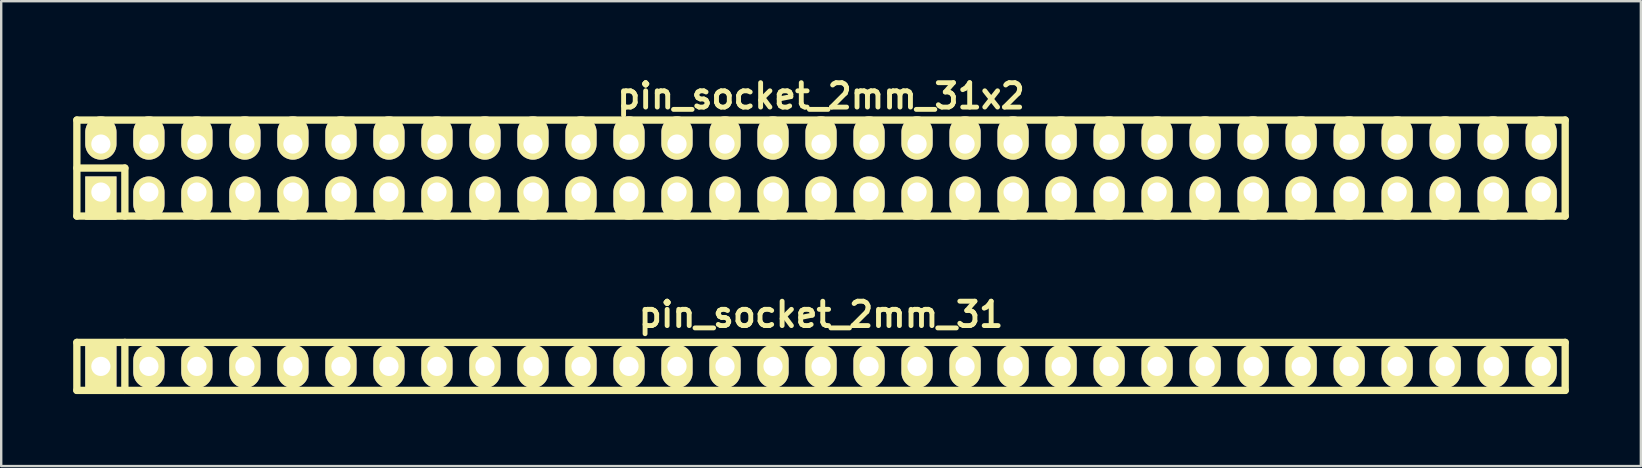
<source format=kicad_pcb>
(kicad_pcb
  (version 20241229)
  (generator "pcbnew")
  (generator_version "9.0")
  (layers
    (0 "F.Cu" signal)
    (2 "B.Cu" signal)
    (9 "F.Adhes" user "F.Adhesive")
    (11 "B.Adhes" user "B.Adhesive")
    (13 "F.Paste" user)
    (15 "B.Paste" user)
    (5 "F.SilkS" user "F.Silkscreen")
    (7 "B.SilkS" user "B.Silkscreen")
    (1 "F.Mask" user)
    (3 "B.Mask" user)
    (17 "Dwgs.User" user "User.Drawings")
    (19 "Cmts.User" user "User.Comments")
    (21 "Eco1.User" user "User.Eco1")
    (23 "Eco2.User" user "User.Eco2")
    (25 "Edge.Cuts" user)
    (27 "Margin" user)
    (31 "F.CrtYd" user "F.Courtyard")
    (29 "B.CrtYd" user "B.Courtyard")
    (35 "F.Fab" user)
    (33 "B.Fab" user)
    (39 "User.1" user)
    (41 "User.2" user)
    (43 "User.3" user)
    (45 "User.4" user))
  (footprint "pin_socket_2mm_31x2"
    (layer "F.Cu")
    (at 31.152 3.951)
    (property "Reference" "pin_socket_2mm_31x2" (at 0 -3 0) (layer "F.SilkS") (effects (font (size 1.016 1.016) (thickness 0.203))))
    (attr through_hole)
    (fp_line (start -31 -2) (end 31 -2) (stroke (width 0.305) (type solid)) (layer "F.SilkS"))
    (fp_line (start -31 0) (end -29 0) (stroke (width 0.305) (type solid)) (layer "F.SilkS"))
    (fp_line (start -31 2) (end -31 -2) (stroke (width 0.305) (type solid)) (layer "F.SilkS"))
    (fp_line (start -29 0) (end -29 2) (stroke (width 0.305) (type solid)) (layer "F.SilkS"))
    (fp_line (start 31 -2) (end 31 2) (stroke (width 0.305) (type solid)) (layer "F.SilkS"))
    (fp_line (start 31 2) (end -31 2) (stroke (width 0.305) (type solid)) (layer "F.SilkS"))
    (pad "1" thru_hole rect (at -30 1) (size 1.3 1.8) (drill 0.8 (offset 0 0.25)) (layers "*.Cu" "*.Mask" "F.SilkS"))
    (pad "2" thru_hole oval (at -30 -1) (size 1.3 1.8) (drill 0.8 (offset 0 -0.25)) (layers "*.Cu" "*.Mask" "F.SilkS"))
    (pad "3" thru_hole oval (at -28 1) (size 1.3 1.8) (drill 0.8 (offset 0 0.25)) (layers "*.Cu" "*.Mask" "F.SilkS"))
    (pad "4" thru_hole oval (at -28 -1) (size 1.3 1.8) (drill 0.8 (offset 0 -0.25)) (layers "*.Cu" "*.Mask" "F.SilkS"))
    (pad "5" thru_hole oval (at -26 1) (size 1.3 1.8) (drill 0.8 (offset 0 0.25)) (layers "*.Cu" "*.Mask" "F.SilkS"))
    (pad "6" thru_hole oval (at -26 -1) (size 1.3 1.8) (drill 0.8 (offset 0 -0.25)) (layers "*.Cu" "*.Mask" "F.SilkS"))
    (pad "7" thru_hole oval (at -24 1) (size 1.3 1.8) (drill 0.8 (offset 0 0.25)) (layers "*.Cu" "*.Mask" "F.SilkS"))
    (pad "8" thru_hole oval (at -24 -1) (size 1.3 1.8) (drill 0.8 (offset 0 -0.25)) (layers "*.Cu" "*.Mask" "F.SilkS"))
    (pad "9" thru_hole oval (at -22 1) (size 1.3 1.8) (drill 0.8 (offset 0 0.25)) (layers "*.Cu" "*.Mask" "F.SilkS"))
    (pad "10" thru_hole oval (at -22 -1) (size 1.3 1.8) (drill 0.8 (offset 0 -0.25)) (layers "*.Cu" "*.Mask" "F.SilkS"))
    (pad "11" thru_hole oval (at -20 1) (size 1.3 1.8) (drill 0.8 (offset 0 0.25)) (layers "*.Cu" "*.Mask" "F.SilkS"))
    (pad "12" thru_hole oval (at -20 -1) (size 1.3 1.8) (drill 0.8 (offset 0 -0.25)) (layers "*.Cu" "*.Mask" "F.SilkS"))
    (pad "13" thru_hole oval (at -18 1) (size 1.3 1.8) (drill 0.8 (offset 0 0.25)) (layers "*.Cu" "*.Mask" "F.SilkS"))
    (pad "14" thru_hole oval (at -18 -1) (size 1.3 1.8) (drill 0.8 (offset 0 -0.25)) (layers "*.Cu" "*.Mask" "F.SilkS"))
    (pad "15" thru_hole oval (at -16 1) (size 1.3 1.8) (drill 0.8 (offset 0 0.25)) (layers "*.Cu" "*.Mask" "F.SilkS"))
    (pad "16" thru_hole oval (at -16 -1) (size 1.3 1.8) (drill 0.8 (offset 0 -0.25)) (layers "*.Cu" "*.Mask" "F.SilkS"))
    (pad "17" thru_hole oval (at -14 1) (size 1.3 1.8) (drill 0.8 (offset 0 0.25)) (layers "*.Cu" "*.Mask" "F.SilkS"))
    (pad "18" thru_hole oval (at -14 -1) (size 1.3 1.8) (drill 0.8 (offset 0 -0.25)) (layers "*.Cu" "*.Mask" "F.SilkS"))
    (pad "19" thru_hole oval (at -12 1) (size 1.3 1.8) (drill 0.8 (offset 0 0.25)) (layers "*.Cu" "*.Mask" "F.SilkS"))
    (pad "20" thru_hole oval (at -12 -1) (size 1.3 1.8) (drill 0.8 (offset 0 -0.25)) (layers "*.Cu" "*.Mask" "F.SilkS"))
    (pad "21" thru_hole oval (at -10 1) (size 1.3 1.8) (drill 0.8 (offset 0 0.25)) (layers "*.Cu" "*.Mask" "F.SilkS"))
    (pad "22" thru_hole oval (at -10 -1) (size 1.3 1.8) (drill 0.8 (offset 0 -0.25)) (layers "*.Cu" "*.Mask" "F.SilkS"))
    (pad "23" thru_hole oval (at -8 1) (size 1.3 1.8) (drill 0.8 (offset 0 0.25)) (layers "*.Cu" "*.Mask" "F.SilkS"))
    (pad "24" thru_hole oval (at -8 -1) (size 1.3 1.8) (drill 0.8 (offset 0 -0.25)) (layers "*.Cu" "*.Mask" "F.SilkS"))
    (pad "25" thru_hole oval (at -6 1) (size 1.3 1.8) (drill 0.8 (offset 0 0.25)) (layers "*.Cu" "*.Mask" "F.SilkS"))
    (pad "26" thru_hole oval (at -6 -1) (size 1.3 1.8) (drill 0.8 (offset 0 -0.25)) (layers "*.Cu" "*.Mask" "F.SilkS"))
    (pad "27" thru_hole oval (at -4 1) (size 1.3 1.8) (drill 0.8 (offset 0 0.25)) (layers "*.Cu" "*.Mask" "F.SilkS"))
    (pad "28" thru_hole oval (at -4 -1) (size 1.3 1.8) (drill 0.8 (offset 0 -0.25)) (layers "*.Cu" "*.Mask" "F.SilkS"))
    (pad "29" thru_hole oval (at -2 1) (size 1.3 1.8) (drill 0.8 (offset 0 0.25)) (layers "*.Cu" "*.Mask" "F.SilkS"))
    (pad "30" thru_hole oval (at -2 -1) (size 1.3 1.8) (drill 0.8 (offset 0 -0.25)) (layers "*.Cu" "*.Mask" "F.SilkS"))
    (pad "31" thru_hole oval (at 0 1) (size 1.3 1.8) (drill 0.8 (offset 0 0.25)) (layers "*.Cu" "*.Mask" "F.SilkS"))
    (pad "32" thru_hole oval (at 0 -1) (size 1.3 1.8) (drill 0.8 (offset 0 -0.25)) (layers "*.Cu" "*.Mask" "F.SilkS"))
    (pad "33" thru_hole oval (at 2 1) (size 1.3 1.8) (drill 0.8 (offset 0 0.25)) (layers "*.Cu" "*.Mask" "F.SilkS"))
    (pad "34" thru_hole oval (at 2 -1) (size 1.3 1.8) (drill 0.8 (offset 0 -0.25)) (layers "*.Cu" "*.Mask" "F.SilkS"))
    (pad "35" thru_hole oval (at 4 1) (size 1.3 1.8) (drill 0.8 (offset 0 0.25)) (layers "*.Cu" "*.Mask" "F.SilkS"))
    (pad "36" thru_hole oval (at 4 -1) (size 1.3 1.8) (drill 0.8 (offset 0 -0.25)) (layers "*.Cu" "*.Mask" "F.SilkS"))
    (pad "37" thru_hole oval (at 6 1) (size 1.3 1.8) (drill 0.8 (offset 0 0.25)) (layers "*.Cu" "*.Mask" "F.SilkS"))
    (pad "38" thru_hole oval (at 6 -1) (size 1.3 1.8) (drill 0.8 (offset 0 -0.25)) (layers "*.Cu" "*.Mask" "F.SilkS"))
    (pad "39" thru_hole oval (at 8 1) (size 1.3 1.8) (drill 0.8 (offset 0 0.25)) (layers "*.Cu" "*.Mask" "F.SilkS"))
    (pad "40" thru_hole oval (at 8 -1) (size 1.3 1.8) (drill 0.8 (offset 0 -0.25)) (layers "*.Cu" "*.Mask" "F.SilkS"))
    (pad "41" thru_hole oval (at 10 1) (size 1.3 1.8) (drill 0.8 (offset 0 0.25)) (layers "*.Cu" "*.Mask" "F.SilkS"))
    (pad "42" thru_hole oval (at 10 -1) (size 1.3 1.8) (drill 0.8 (offset 0 -0.25)) (layers "*.Cu" "*.Mask" "F.SilkS"))
    (pad "43" thru_hole oval (at 12 1) (size 1.3 1.8) (drill 0.8 (offset 0 0.25)) (layers "*.Cu" "*.Mask" "F.SilkS"))
    (pad "44" thru_hole oval (at 12 -1) (size 1.3 1.8) (drill 0.8 (offset 0 -0.25)) (layers "*.Cu" "*.Mask" "F.SilkS"))
    (pad "45" thru_hole oval (at 14 1) (size 1.3 1.8) (drill 0.8 (offset 0 0.25)) (layers "*.Cu" "*.Mask" "F.SilkS"))
    (pad "46" thru_hole oval (at 14 -1) (size 1.3 1.8) (drill 0.8 (offset 0 -0.25)) (layers "*.Cu" "*.Mask" "F.SilkS"))
    (pad "47" thru_hole oval (at 16 1) (size 1.3 1.8) (drill 0.8 (offset 0 0.25)) (layers "*.Cu" "*.Mask" "F.SilkS"))
    (pad "48" thru_hole oval (at 16 -1) (size 1.3 1.8) (drill 0.8 (offset 0 -0.25)) (layers "*.Cu" "*.Mask" "F.SilkS"))
    (pad "49" thru_hole oval (at 18 1) (size 1.3 1.8) (drill 0.8 (offset 0 0.25)) (layers "*.Cu" "*.Mask" "F.SilkS"))
    (pad "50" thru_hole oval (at 18 -1) (size 1.3 1.8) (drill 0.8 (offset 0 -0.25)) (layers "*.Cu" "*.Mask" "F.SilkS"))
    (pad "51" thru_hole oval (at 20 1) (size 1.3 1.8) (drill 0.8 (offset 0 0.25)) (layers "*.Cu" "*.Mask" "F.SilkS"))
    (pad "52" thru_hole oval (at 20 -1) (size 1.3 1.8) (drill 0.8 (offset 0 -0.25)) (layers "*.Cu" "*.Mask" "F.SilkS"))
    (pad "53" thru_hole oval (at 22 1) (size 1.3 1.8) (drill 0.8 (offset 0 0.25)) (layers "*.Cu" "*.Mask" "F.SilkS"))
    (pad "54" thru_hole oval (at 22 -1) (size 1.3 1.8) (drill 0.8 (offset 0 -0.25)) (layers "*.Cu" "*.Mask" "F.SilkS"))
    (pad "55" thru_hole oval (at 24 1) (size 1.3 1.8) (drill 0.8 (offset 0 0.25)) (layers "*.Cu" "*.Mask" "F.SilkS"))
    (pad "56" thru_hole oval (at 24 -1) (size 1.3 1.8) (drill 0.8 (offset 0 -0.25)) (layers "*.Cu" "*.Mask" "F.SilkS"))
    (pad "57" thru_hole oval (at 26 1) (size 1.3 1.8) (drill 0.8 (offset 0 0.25)) (layers "*.Cu" "*.Mask" "F.SilkS"))
    (pad "58" thru_hole oval (at 26 -1) (size 1.3 1.8) (drill 0.8 (offset 0 -0.25)) (layers "*.Cu" "*.Mask" "F.SilkS"))
    (pad "59" thru_hole oval (at 28 1) (size 1.3 1.8) (drill 0.8 (offset 0 0.25)) (layers "*.Cu" "*.Mask" "F.SilkS"))
    (pad "60" thru_hole oval (at 28 -1) (size 1.3 1.8) (drill 0.8 (offset 0 -0.25)) (layers "*.Cu" "*.Mask" "F.SilkS"))
    (pad "61" thru_hole oval (at 30 1) (size 1.3 1.8) (drill 0.8 (offset 0 0.25)) (layers "*.Cu" "*.Mask" "F.SilkS"))
    (pad "62" thru_hole oval (at 30 -1) (size 1.3 1.8) (drill 0.8 (offset 0 -0.25)) (layers "*.Cu" "*.Mask" "F.SilkS")))
  (footprint "pin_socket_2mm_31"
    (layer "F.Cu")
    (at 31.152 12.213)
    (property "Reference" "pin_socket_2mm_31" (at 0 -2.159 0) (layer "F.SilkS") (effects (font (size 1.016 1.016) (thickness 0.203))))
    (attr through_hole)
    (fp_line (start -31 -1) (end 31 -1) (stroke (width 0.305) (type solid)) (layer "F.SilkS"))
    (fp_line (start -31 1) (end -31 -1) (stroke (width 0.305) (type solid)) (layer "F.SilkS"))
    (fp_line (start -29 -1) (end -29 1) (stroke (width 0.305) (type solid)) (layer "F.SilkS"))
    (fp_line (start 31 -1) (end 31 1) (stroke (width 0.305) (type solid)) (layer "F.SilkS"))
    (fp_line (start 31 1) (end -31 1) (stroke (width 0.305) (type solid)) (layer "F.SilkS"))
    (pad "1" thru_hole rect (at -30 0) (size 1.3 1.8) (drill 0.8) (layers "*.Cu" "*.Mask" "F.SilkS"))
    (pad "2" thru_hole oval (at -28 0) (size 1.3 1.8) (drill 0.8) (layers "*.Cu" "*.Mask" "F.SilkS"))
    (pad "3" thru_hole oval (at -26 0) (size 1.3 1.8) (drill 0.8) (layers "*.Cu" "*.Mask" "F.SilkS"))
    (pad "4" thru_hole oval (at -24 0) (size 1.3 1.8) (drill 0.8) (layers "*.Cu" "*.Mask" "F.SilkS"))
    (pad "5" thru_hole oval (at -22 0) (size 1.3 1.8) (drill 0.8) (layers "*.Cu" "*.Mask" "F.SilkS"))
    (pad "6" thru_hole oval (at -20 0) (size 1.3 1.8) (drill 0.8) (layers "*.Cu" "*.Mask" "F.SilkS"))
    (pad "7" thru_hole oval (at -18 0) (size 1.3 1.8) (drill 0.8) (layers "*.Cu" "*.Mask" "F.SilkS"))
    (pad "8" thru_hole oval (at -16 0) (size 1.3 1.8) (drill 0.8) (layers "*.Cu" "*.Mask" "F.SilkS"))
    (pad "9" thru_hole oval (at -14 0) (size 1.3 1.8) (drill 0.8) (layers "*.Cu" "*.Mask" "F.SilkS"))
    (pad "10" thru_hole oval (at -12 0) (size 1.3 1.8) (drill 0.8) (layers "*.Cu" "*.Mask" "F.SilkS"))
    (pad "11" thru_hole oval (at -10 0) (size 1.3 1.8) (drill 0.8) (layers "*.Cu" "*.Mask" "F.SilkS"))
    (pad "12" thru_hole oval (at -8 0) (size 1.3 1.8) (drill 0.8) (layers "*.Cu" "*.Mask" "F.SilkS"))
    (pad "13" thru_hole oval (at -6 0) (size 1.3 1.8) (drill 0.8) (layers "*.Cu" "*.Mask" "F.SilkS"))
    (pad "14" thru_hole oval (at -4 0) (size 1.3 1.8) (drill 0.8) (layers "*.Cu" "*.Mask" "F.SilkS"))
    (pad "15" thru_hole oval (at -2 0) (size 1.3 1.8) (drill 0.8) (layers "*.Cu" "*.Mask" "F.SilkS"))
    (pad "16" thru_hole oval (at 0 0) (size 1.3 1.8) (drill 0.8) (layers "*.Cu" "*.Mask" "F.SilkS"))
    (pad "17" thru_hole oval (at 2 0) (size 1.3 1.8) (drill 0.8) (layers "*.Cu" "*.Mask" "F.SilkS"))
    (pad "18" thru_hole oval (at 4 0) (size 1.3 1.8) (drill 0.8) (layers "*.Cu" "*.Mask" "F.SilkS"))
    (pad "19" thru_hole oval (at 6 0) (size 1.3 1.8) (drill 0.8) (layers "*.Cu" "*.Mask" "F.SilkS"))
    (pad "20" thru_hole oval (at 8 0) (size 1.3 1.8) (drill 0.8) (layers "*.Cu" "*.Mask" "F.SilkS"))
    (pad "21" thru_hole oval (at 10 0) (size 1.3 1.8) (drill 0.8) (layers "*.Cu" "*.Mask" "F.SilkS"))
    (pad "22" thru_hole oval (at 12 0) (size 1.3 1.8) (drill 0.8) (layers "*.Cu" "*.Mask" "F.SilkS"))
    (pad "23" thru_hole oval (at 14 0) (size 1.3 1.8) (drill 0.8) (layers "*.Cu" "*.Mask" "F.SilkS"))
    (pad "24" thru_hole oval (at 16 0) (size 1.3 1.8) (drill 0.8) (layers "*.Cu" "*.Mask" "F.SilkS"))
    (pad "25" thru_hole oval (at 18 0) (size 1.3 1.8) (drill 0.8) (layers "*.Cu" "*.Mask" "F.SilkS"))
    (pad "26" thru_hole oval (at 20 0) (size 1.3 1.8) (drill 0.8) (layers "*.Cu" "*.Mask" "F.SilkS"))
    (pad "27" thru_hole oval (at 22 0) (size 1.3 1.8) (drill 0.8) (layers "*.Cu" "*.Mask" "F.SilkS"))
    (pad "28" thru_hole oval (at 24 0) (size 1.3 1.8) (drill 0.8) (layers "*.Cu" "*.Mask" "F.SilkS"))
    (pad "29" thru_hole oval (at 26 0) (size 1.3 1.8) (drill 0.8) (layers "*.Cu" "*.Mask" "F.SilkS"))
    (pad "30" thru_hole oval (at 28 0) (size 1.3 1.8) (drill 0.8) (layers "*.Cu" "*.Mask" "F.SilkS"))
    (pad "31" thru_hole oval (at 30 0) (size 1.3 1.8) (drill 0.8) (layers "*.Cu" "*.Mask" "F.SilkS")))
  (gr_rect
    (start -3 -3)
    (end 65.305 16.366)
    (stroke (width 0.1) (type default))
    (fill no)
    (layer "Edge.Cuts")))
</source>
